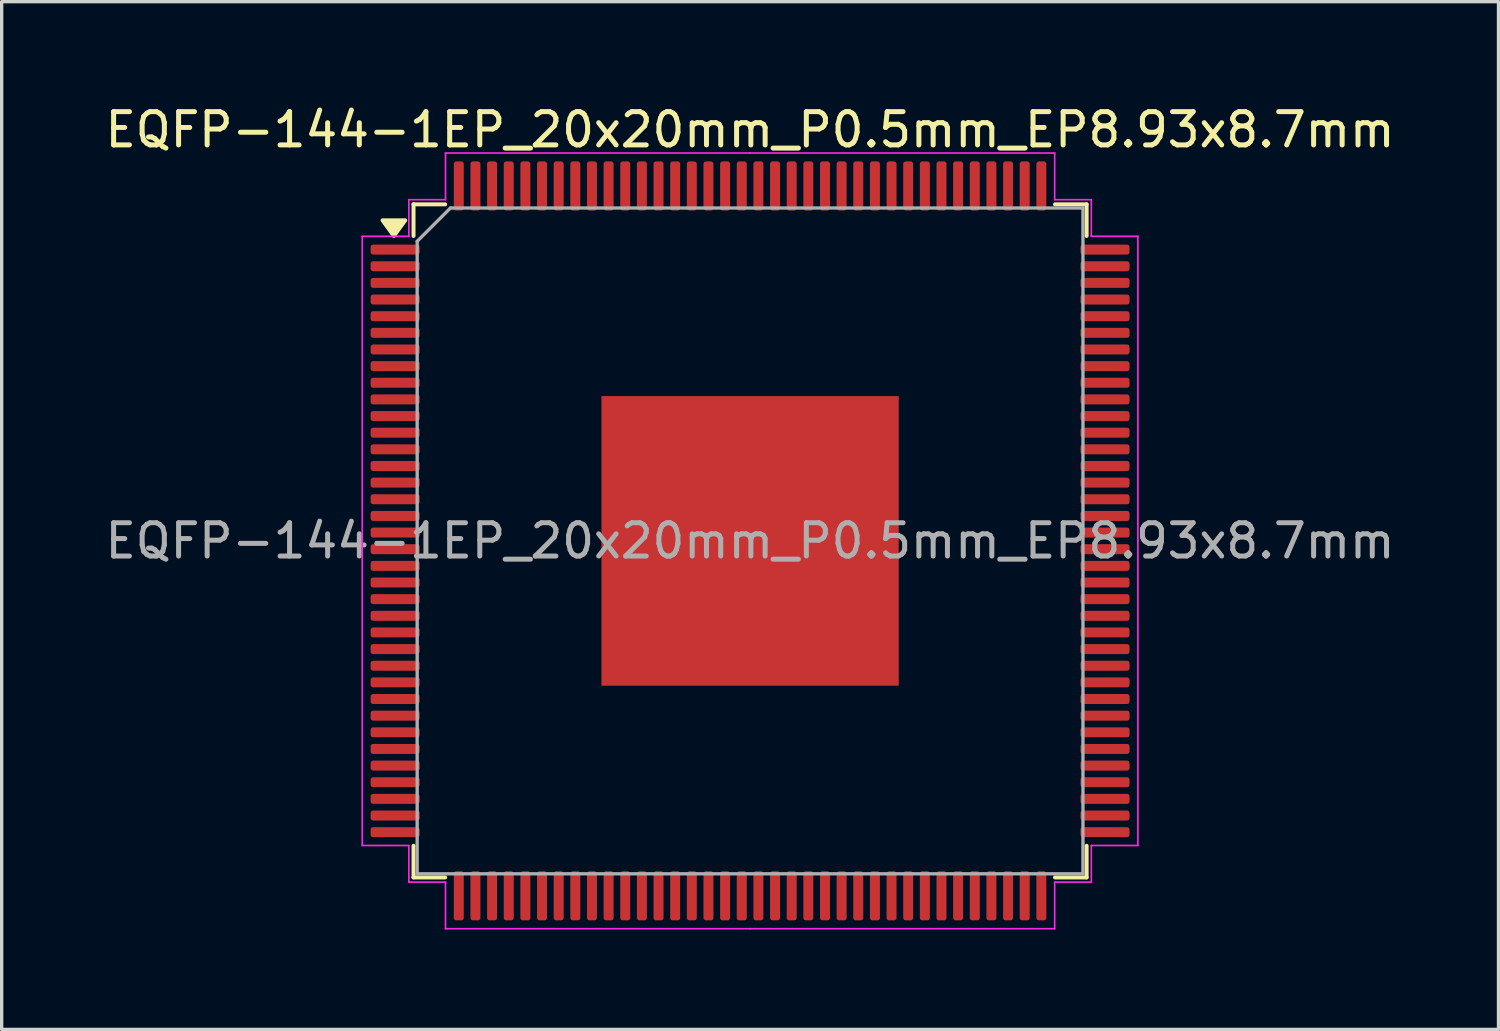
<source format=kicad_pcb>
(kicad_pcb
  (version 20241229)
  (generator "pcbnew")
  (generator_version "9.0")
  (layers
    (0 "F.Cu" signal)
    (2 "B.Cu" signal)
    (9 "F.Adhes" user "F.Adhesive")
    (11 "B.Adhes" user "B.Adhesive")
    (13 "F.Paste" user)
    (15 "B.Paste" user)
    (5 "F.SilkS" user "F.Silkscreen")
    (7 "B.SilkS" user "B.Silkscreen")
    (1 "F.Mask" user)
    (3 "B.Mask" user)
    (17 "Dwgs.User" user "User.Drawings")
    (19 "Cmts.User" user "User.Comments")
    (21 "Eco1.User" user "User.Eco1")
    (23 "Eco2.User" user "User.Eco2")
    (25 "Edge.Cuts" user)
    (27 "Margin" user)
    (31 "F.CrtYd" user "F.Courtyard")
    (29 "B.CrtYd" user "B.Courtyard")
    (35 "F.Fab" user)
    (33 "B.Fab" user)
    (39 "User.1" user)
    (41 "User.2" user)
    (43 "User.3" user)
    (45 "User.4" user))
  (footprint "EQFP-144-1EP_20x20mm_P0.5mm_EP8.93x8.7mm"
    (layer "F.Cu")
    (at 19.482 13.198)
    (property "Reference" "EQFP-144-1EP_20x20mm_P0.5mm_EP8.93x8.7mm" (at 0 -12.35 0) (layer "F.SilkS") (effects (font (size 1 1) (thickness 0.15))))
    (attr smd)
    (fp_line (start -10.11 -10.11) (end -10.11 -9.16) (stroke (width 0.12) (type solid)) (layer "F.SilkS"))
    (fp_line (start -10.11 10.11) (end -10.11 9.16) (stroke (width 0.12) (type solid)) (layer "F.SilkS"))
    (fp_line (start -9.16 -10.11) (end -10.11 -10.11) (stroke (width 0.12) (type solid)) (layer "F.SilkS"))
    (fp_line (start -9.16 10.11) (end -10.11 10.11) (stroke (width 0.12) (type solid)) (layer "F.SilkS"))
    (fp_line (start 9.16 -10.11) (end 10.11 -10.11) (stroke (width 0.12) (type solid)) (layer "F.SilkS"))
    (fp_line (start 9.16 10.11) (end 10.11 10.11) (stroke (width 0.12) (type solid)) (layer "F.SilkS"))
    (fp_line (start 10.11 -10.11) (end 10.11 -9.16) (stroke (width 0.12) (type solid)) (layer "F.SilkS"))
    (fp_line (start 10.11 10.11) (end 10.11 9.16) (stroke (width 0.12) (type solid)) (layer "F.SilkS"))
    (fp_poly (pts (xy -10.7 -9.16) (xy -11.04 -9.63) (xy -10.36 -9.63) (xy -10.7 -9.16)) (stroke (width 0.12) (type solid)) (fill yes) (layer "F.SilkS"))
    (fp_line (start -11.65 -9.15) (end -11.65 0) (stroke (width 0.05) (type solid)) (layer "F.CrtYd"))
    (fp_line (start -11.65 9.15) (end -11.65 0) (stroke (width 0.05) (type solid)) (layer "F.CrtYd"))
    (fp_line (start -10.25 -10.25) (end -10.25 -9.15) (stroke (width 0.05) (type solid)) (layer "F.CrtYd"))
    (fp_line (start -10.25 -9.15) (end -11.65 -9.15) (stroke (width 0.05) (type solid)) (layer "F.CrtYd"))
    (fp_line (start -10.25 9.15) (end -11.65 9.15) (stroke (width 0.05) (type solid)) (layer "F.CrtYd"))
    (fp_line (start -10.25 10.25) (end -10.25 9.15) (stroke (width 0.05) (type solid)) (layer "F.CrtYd"))
    (fp_line (start -9.15 -11.65) (end -9.15 -10.25) (stroke (width 0.05) (type solid)) (layer "F.CrtYd"))
    (fp_line (start -9.15 -10.25) (end -10.25 -10.25) (stroke (width 0.05) (type solid)) (layer "F.CrtYd"))
    (fp_line (start -9.15 10.25) (end -10.25 10.25) (stroke (width 0.05) (type solid)) (layer "F.CrtYd"))
    (fp_line (start -9.15 11.65) (end -9.15 10.25) (stroke (width 0.05) (type solid)) (layer "F.CrtYd"))
    (fp_line (start 0 -11.65) (end -9.15 -11.65) (stroke (width 0.05) (type solid)) (layer "F.CrtYd"))
    (fp_line (start 0 -11.65) (end 9.15 -11.65) (stroke (width 0.05) (type solid)) (layer "F.CrtYd"))
    (fp_line (start 0 11.65) (end -9.15 11.65) (stroke (width 0.05) (type solid)) (layer "F.CrtYd"))
    (fp_line (start 0 11.65) (end 9.15 11.65) (stroke (width 0.05) (type solid)) (layer "F.CrtYd"))
    (fp_line (start 9.15 -11.65) (end 9.15 -10.25) (stroke (width 0.05) (type solid)) (layer "F.CrtYd"))
    (fp_line (start 9.15 -10.25) (end 10.25 -10.25) (stroke (width 0.05) (type solid)) (layer "F.CrtYd"))
    (fp_line (start 9.15 10.25) (end 10.25 10.25) (stroke (width 0.05) (type solid)) (layer "F.CrtYd"))
    (fp_line (start 9.15 11.65) (end 9.15 10.25) (stroke (width 0.05) (type solid)) (layer "F.CrtYd"))
    (fp_line (start 10.25 -10.25) (end 10.25 -9.15) (stroke (width 0.05) (type solid)) (layer "F.CrtYd"))
    (fp_line (start 10.25 -9.15) (end 11.65 -9.15) (stroke (width 0.05) (type solid)) (layer "F.CrtYd"))
    (fp_line (start 10.25 9.15) (end 11.65 9.15) (stroke (width 0.05) (type solid)) (layer "F.CrtYd"))
    (fp_line (start 10.25 10.25) (end 10.25 9.15) (stroke (width 0.05) (type solid)) (layer "F.CrtYd"))
    (fp_line (start 11.65 -9.15) (end 11.65 0) (stroke (width 0.05) (type solid)) (layer "F.CrtYd"))
    (fp_line (start 11.65 9.15) (end 11.65 0) (stroke (width 0.05) (type solid)) (layer "F.CrtYd"))
    (fp_line (start -10 -9) (end -9 -10) (stroke (width 0.1) (type solid)) (layer "F.Fab"))
    (fp_line (start -10 10) (end -10 -9) (stroke (width 0.1) (type solid)) (layer "F.Fab"))
    (fp_line (start -9 -10) (end 10 -10) (stroke (width 0.1) (type solid)) (layer "F.Fab"))
    (fp_line (start 10 -10) (end 10 10) (stroke (width 0.1) (type solid)) (layer "F.Fab"))
    (fp_line (start 10 10) (end -10 10) (stroke (width 0.1) (type solid)) (layer "F.Fab"))
    (fp_text user "${REFERENCE}" (at 0 0 0) (layer "F.Fab") (effects (font (size 1 1) (thickness 0.15))))
    (pad "" smd roundrect (at -3.84 -3.72) (size 1.03 1) (layers "F.Paste") (roundrect_rratio 0.25))
    (pad "" smd roundrect (at -3.84 -2.48) (size 1.03 1) (layers "F.Paste") (roundrect_rratio 0.25))
    (pad "" smd roundrect (at -3.84 -1.24) (size 1.03 1) (layers "F.Paste") (roundrect_rratio 0.25))
    (pad "" smd roundrect (at -3.84 0) (size 1.03 1) (layers "F.Paste") (roundrect_rratio 0.25))
    (pad "" smd roundrect (at -3.84 1.24) (size 1.03 1) (layers "F.Paste") (roundrect_rratio 0.25))
    (pad "" smd roundrect (at -3.84 2.48) (size 1.03 1) (layers "F.Paste") (roundrect_rratio 0.25))
    (pad "" smd roundrect (at -3.84 3.72) (size 1.03 1) (layers "F.Paste") (roundrect_rratio 0.25))
    (pad "" smd roundrect (at -2.56 -3.72) (size 1.03 1) (layers "F.Paste") (roundrect_rratio 0.25))
    (pad "" smd roundrect (at -2.56 -2.48) (size 1.03 1) (layers "F.Paste") (roundrect_rratio 0.25))
    (pad "" smd roundrect (at -2.56 -1.24) (size 1.03 1) (layers "F.Paste") (roundrect_rratio 0.25))
    (pad "" smd roundrect (at -2.56 0) (size 1.03 1) (layers "F.Paste") (roundrect_rratio 0.25))
    (pad "" smd roundrect (at -2.56 1.24) (size 1.03 1) (layers "F.Paste") (roundrect_rratio 0.25))
    (pad "" smd roundrect (at -2.56 2.48) (size 1.03 1) (layers "F.Paste") (roundrect_rratio 0.25))
    (pad "" smd roundrect (at -2.56 3.72) (size 1.03 1) (layers "F.Paste") (roundrect_rratio 0.25))
    (pad "" smd roundrect (at -1.28 -3.72) (size 1.03 1) (layers "F.Paste") (roundrect_rratio 0.25))
    (pad "" smd roundrect (at -1.28 -2.48) (size 1.03 1) (layers "F.Paste") (roundrect_rratio 0.25))
    (pad "" smd roundrect (at -1.28 -1.24) (size 1.03 1) (layers "F.Paste") (roundrect_rratio 0.25))
    (pad "" smd roundrect (at -1.28 0) (size 1.03 1) (layers "F.Paste") (roundrect_rratio 0.25))
    (pad "" smd roundrect (at -1.28 1.24) (size 1.03 1) (layers "F.Paste") (roundrect_rratio 0.25))
    (pad "" smd roundrect (at -1.28 2.48) (size 1.03 1) (layers "F.Paste") (roundrect_rratio 0.25))
    (pad "" smd roundrect (at -1.28 3.72) (size 1.03 1) (layers "F.Paste") (roundrect_rratio 0.25))
    (pad "" smd roundrect (at 0 -3.72) (size 1.03 1) (layers "F.Paste") (roundrect_rratio 0.25))
    (pad "" smd roundrect (at 0 -2.48) (size 1.03 1) (layers "F.Paste") (roundrect_rratio 0.25))
    (pad "" smd roundrect (at 0 -1.24) (size 1.03 1) (layers "F.Paste") (roundrect_rratio 0.25))
    (pad "" smd roundrect (at 0 0) (size 1.03 1) (layers "F.Paste") (roundrect_rratio 0.25))
    (pad "" smd roundrect (at 0 1.24) (size 1.03 1) (layers "F.Paste") (roundrect_rratio 0.25))
    (pad "" smd roundrect (at 0 2.48) (size 1.03 1) (layers "F.Paste") (roundrect_rratio 0.25))
    (pad "" smd roundrect (at 0 3.72) (size 1.03 1) (layers "F.Paste") (roundrect_rratio 0.25))
    (pad "" smd roundrect (at 1.28 -3.72) (size 1.03 1) (layers "F.Paste") (roundrect_rratio 0.25))
    (pad "" smd roundrect (at 1.28 -2.48) (size 1.03 1) (layers "F.Paste") (roundrect_rratio 0.25))
    (pad "" smd roundrect (at 1.28 -1.24) (size 1.03 1) (layers "F.Paste") (roundrect_rratio 0.25))
    (pad "" smd roundrect (at 1.28 0) (size 1.03 1) (layers "F.Paste") (roundrect_rratio 0.25))
    (pad "" smd roundrect (at 1.28 1.24) (size 1.03 1) (layers "F.Paste") (roundrect_rratio 0.25))
    (pad "" smd roundrect (at 1.28 2.48) (size 1.03 1) (layers "F.Paste") (roundrect_rratio 0.25))
    (pad "" smd roundrect (at 1.28 3.72) (size 1.03 1) (layers "F.Paste") (roundrect_rratio 0.25))
    (pad "" smd roundrect (at 2.56 -3.72) (size 1.03 1) (layers "F.Paste") (roundrect_rratio 0.25))
    (pad "" smd roundrect (at 2.56 -2.48) (size 1.03 1) (layers "F.Paste") (roundrect_rratio 0.25))
    (pad "" smd roundrect (at 2.56 -1.24) (size 1.03 1) (layers "F.Paste") (roundrect_rratio 0.25))
    (pad "" smd roundrect (at 2.56 0) (size 1.03 1) (layers "F.Paste") (roundrect_rratio 0.25))
    (pad "" smd roundrect (at 2.56 1.24) (size 1.03 1) (layers "F.Paste") (roundrect_rratio 0.25))
    (pad "" smd roundrect (at 2.56 2.48) (size 1.03 1) (layers "F.Paste") (roundrect_rratio 0.25))
    (pad "" smd roundrect (at 2.56 3.72) (size 1.03 1) (layers "F.Paste") (roundrect_rratio 0.25))
    (pad "" smd roundrect (at 3.84 -3.72) (size 1.03 1) (layers "F.Paste") (roundrect_rratio 0.25))
    (pad "" smd roundrect (at 3.84 -2.48) (size 1.03 1) (layers "F.Paste") (roundrect_rratio 0.25))
    (pad "" smd roundrect (at 3.84 -1.24) (size 1.03 1) (layers "F.Paste") (roundrect_rratio 0.25))
    (pad "" smd roundrect (at 3.84 0) (size 1.03 1) (layers "F.Paste") (roundrect_rratio 0.25))
    (pad "" smd roundrect (at 3.84 1.24) (size 1.03 1) (layers "F.Paste") (roundrect_rratio 0.25))
    (pad "" smd roundrect (at 3.84 2.48) (size 1.03 1) (layers "F.Paste") (roundrect_rratio 0.25))
    (pad "" smd roundrect (at 3.84 3.72) (size 1.03 1) (layers "F.Paste") (roundrect_rratio 0.25))
    (pad "1" smd roundrect (at -10.662 -8.75) (size 1.475 0.3) (layers "F.Cu" "F.Mask" "F.Paste") (roundrect_rratio 0.25))
    (pad "2" smd roundrect (at -10.662 -8.25) (size 1.475 0.3) (layers "F.Cu" "F.Mask" "F.Paste") (roundrect_rratio 0.25))
    (pad "3" smd roundrect (at -10.662 -7.75) (size 1.475 0.3) (layers "F.Cu" "F.Mask" "F.Paste") (roundrect_rratio 0.25))
    (pad "4" smd roundrect (at -10.662 -7.25) (size 1.475 0.3) (layers "F.Cu" "F.Mask" "F.Paste") (roundrect_rratio 0.25))
    (pad "5" smd roundrect (at -10.662 -6.75) (size 1.475 0.3) (layers "F.Cu" "F.Mask" "F.Paste") (roundrect_rratio 0.25))
    (pad "6" smd roundrect (at -10.662 -6.25) (size 1.475 0.3) (layers "F.Cu" "F.Mask" "F.Paste") (roundrect_rratio 0.25))
    (pad "7" smd roundrect (at -10.662 -5.75) (size 1.475 0.3) (layers "F.Cu" "F.Mask" "F.Paste") (roundrect_rratio 0.25))
    (pad "8" smd roundrect (at -10.662 -5.25) (size 1.475 0.3) (layers "F.Cu" "F.Mask" "F.Paste") (roundrect_rratio 0.25))
    (pad "9" smd roundrect (at -10.662 -4.75) (size 1.475 0.3) (layers "F.Cu" "F.Mask" "F.Paste") (roundrect_rratio 0.25))
    (pad "10" smd roundrect (at -10.662 -4.25) (size 1.475 0.3) (layers "F.Cu" "F.Mask" "F.Paste") (roundrect_rratio 0.25))
    (pad "11" smd roundrect (at -10.662 -3.75) (size 1.475 0.3) (layers "F.Cu" "F.Mask" "F.Paste") (roundrect_rratio 0.25))
    (pad "12" smd roundrect (at -10.662 -3.25) (size 1.475 0.3) (layers "F.Cu" "F.Mask" "F.Paste") (roundrect_rratio 0.25))
    (pad "13" smd roundrect (at -10.662 -2.75) (size 1.475 0.3) (layers "F.Cu" "F.Mask" "F.Paste") (roundrect_rratio 0.25))
    (pad "14" smd roundrect (at -10.662 -2.25) (size 1.475 0.3) (layers "F.Cu" "F.Mask" "F.Paste") (roundrect_rratio 0.25))
    (pad "15" smd roundrect (at -10.662 -1.75) (size 1.475 0.3) (layers "F.Cu" "F.Mask" "F.Paste") (roundrect_rratio 0.25))
    (pad "16" smd roundrect (at -10.662 -1.25) (size 1.475 0.3) (layers "F.Cu" "F.Mask" "F.Paste") (roundrect_rratio 0.25))
    (pad "17" smd roundrect (at -10.662 -0.75) (size 1.475 0.3) (layers "F.Cu" "F.Mask" "F.Paste") (roundrect_rratio 0.25))
    (pad "18" smd roundrect (at -10.662 -0.25) (size 1.475 0.3) (layers "F.Cu" "F.Mask" "F.Paste") (roundrect_rratio 0.25))
    (pad "19" smd roundrect (at -10.662 0.25) (size 1.475 0.3) (layers "F.Cu" "F.Mask" "F.Paste") (roundrect_rratio 0.25))
    (pad "20" smd roundrect (at -10.662 0.75) (size 1.475 0.3) (layers "F.Cu" "F.Mask" "F.Paste") (roundrect_rratio 0.25))
    (pad "21" smd roundrect (at -10.662 1.25) (size 1.475 0.3) (layers "F.Cu" "F.Mask" "F.Paste") (roundrect_rratio 0.25))
    (pad "22" smd roundrect (at -10.662 1.75) (size 1.475 0.3) (layers "F.Cu" "F.Mask" "F.Paste") (roundrect_rratio 0.25))
    (pad "23" smd roundrect (at -10.662 2.25) (size 1.475 0.3) (layers "F.Cu" "F.Mask" "F.Paste") (roundrect_rratio 0.25))
    (pad "24" smd roundrect (at -10.662 2.75) (size 1.475 0.3) (layers "F.Cu" "F.Mask" "F.Paste") (roundrect_rratio 0.25))
    (pad "25" smd roundrect (at -10.662 3.25) (size 1.475 0.3) (layers "F.Cu" "F.Mask" "F.Paste") (roundrect_rratio 0.25))
    (pad "26" smd roundrect (at -10.662 3.75) (size 1.475 0.3) (layers "F.Cu" "F.Mask" "F.Paste") (roundrect_rratio 0.25))
    (pad "27" smd roundrect (at -10.662 4.25) (size 1.475 0.3) (layers "F.Cu" "F.Mask" "F.Paste") (roundrect_rratio 0.25))
    (pad "28" smd roundrect (at -10.662 4.75) (size 1.475 0.3) (layers "F.Cu" "F.Mask" "F.Paste") (roundrect_rratio 0.25))
    (pad "29" smd roundrect (at -10.662 5.25) (size 1.475 0.3) (layers "F.Cu" "F.Mask" "F.Paste") (roundrect_rratio 0.25))
    (pad "30" smd roundrect (at -10.662 5.75) (size 1.475 0.3) (layers "F.Cu" "F.Mask" "F.Paste") (roundrect_rratio 0.25))
    (pad "31" smd roundrect (at -10.662 6.25) (size 1.475 0.3) (layers "F.Cu" "F.Mask" "F.Paste") (roundrect_rratio 0.25))
    (pad "32" smd roundrect (at -10.662 6.75) (size 1.475 0.3) (layers "F.Cu" "F.Mask" "F.Paste") (roundrect_rratio 0.25))
    (pad "33" smd roundrect (at -10.662 7.25) (size 1.475 0.3) (layers "F.Cu" "F.Mask" "F.Paste") (roundrect_rratio 0.25))
    (pad "34" smd roundrect (at -10.662 7.75) (size 1.475 0.3) (layers "F.Cu" "F.Mask" "F.Paste") (roundrect_rratio 0.25))
    (pad "35" smd roundrect (at -10.662 8.25) (size 1.475 0.3) (layers "F.Cu" "F.Mask" "F.Paste") (roundrect_rratio 0.25))
    (pad "36" smd roundrect (at -10.662 8.75) (size 1.475 0.3) (layers "F.Cu" "F.Mask" "F.Paste") (roundrect_rratio 0.25))
    (pad "37" smd roundrect (at -8.75 10.662) (size 0.3 1.475) (layers "F.Cu" "F.Mask" "F.Paste") (roundrect_rratio 0.25))
    (pad "38" smd roundrect (at -8.25 10.662) (size 0.3 1.475) (layers "F.Cu" "F.Mask" "F.Paste") (roundrect_rratio 0.25))
    (pad "39" smd roundrect (at -7.75 10.662) (size 0.3 1.475) (layers "F.Cu" "F.Mask" "F.Paste") (roundrect_rratio 0.25))
    (pad "40" smd roundrect (at -7.25 10.662) (size 0.3 1.475) (layers "F.Cu" "F.Mask" "F.Paste") (roundrect_rratio 0.25))
    (pad "41" smd roundrect (at -6.75 10.662) (size 0.3 1.475) (layers "F.Cu" "F.Mask" "F.Paste") (roundrect_rratio 0.25))
    (pad "42" smd roundrect (at -6.25 10.662) (size 0.3 1.475) (layers "F.Cu" "F.Mask" "F.Paste") (roundrect_rratio 0.25))
    (pad "43" smd roundrect (at -5.75 10.662) (size 0.3 1.475) (layers "F.Cu" "F.Mask" "F.Paste") (roundrect_rratio 0.25))
    (pad "44" smd roundrect (at -5.25 10.662) (size 0.3 1.475) (layers "F.Cu" "F.Mask" "F.Paste") (roundrect_rratio 0.25))
    (pad "45" smd roundrect (at -4.75 10.662) (size 0.3 1.475) (layers "F.Cu" "F.Mask" "F.Paste") (roundrect_rratio 0.25))
    (pad "46" smd roundrect (at -4.25 10.662) (size 0.3 1.475) (layers "F.Cu" "F.Mask" "F.Paste") (roundrect_rratio 0.25))
    (pad "47" smd roundrect (at -3.75 10.662) (size 0.3 1.475) (layers "F.Cu" "F.Mask" "F.Paste") (roundrect_rratio 0.25))
    (pad "48" smd roundrect (at -3.25 10.662) (size 0.3 1.475) (layers "F.Cu" "F.Mask" "F.Paste") (roundrect_rratio 0.25))
    (pad "49" smd roundrect (at -2.75 10.662) (size 0.3 1.475) (layers "F.Cu" "F.Mask" "F.Paste") (roundrect_rratio 0.25))
    (pad "50" smd roundrect (at -2.25 10.662) (size 0.3 1.475) (layers "F.Cu" "F.Mask" "F.Paste") (roundrect_rratio 0.25))
    (pad "51" smd roundrect (at -1.75 10.662) (size 0.3 1.475) (layers "F.Cu" "F.Mask" "F.Paste") (roundrect_rratio 0.25))
    (pad "52" smd roundrect (at -1.25 10.662) (size 0.3 1.475) (layers "F.Cu" "F.Mask" "F.Paste") (roundrect_rratio 0.25))
    (pad "53" smd roundrect (at -0.75 10.662) (size 0.3 1.475) (layers "F.Cu" "F.Mask" "F.Paste") (roundrect_rratio 0.25))
    (pad "54" smd roundrect (at -0.25 10.662) (size 0.3 1.475) (layers "F.Cu" "F.Mask" "F.Paste") (roundrect_rratio 0.25))
    (pad "55" smd roundrect (at 0.25 10.662) (size 0.3 1.475) (layers "F.Cu" "F.Mask" "F.Paste") (roundrect_rratio 0.25))
    (pad "56" smd roundrect (at 0.75 10.662) (size 0.3 1.475) (layers "F.Cu" "F.Mask" "F.Paste") (roundrect_rratio 0.25))
    (pad "57" smd roundrect (at 1.25 10.662) (size 0.3 1.475) (layers "F.Cu" "F.Mask" "F.Paste") (roundrect_rratio 0.25))
    (pad "58" smd roundrect (at 1.75 10.662) (size 0.3 1.475) (layers "F.Cu" "F.Mask" "F.Paste") (roundrect_rratio 0.25))
    (pad "59" smd roundrect (at 2.25 10.662) (size 0.3 1.475) (layers "F.Cu" "F.Mask" "F.Paste") (roundrect_rratio 0.25))
    (pad "60" smd roundrect (at 2.75 10.662) (size 0.3 1.475) (layers "F.Cu" "F.Mask" "F.Paste") (roundrect_rratio 0.25))
    (pad "61" smd roundrect (at 3.25 10.662) (size 0.3 1.475) (layers "F.Cu" "F.Mask" "F.Paste") (roundrect_rratio 0.25))
    (pad "62" smd roundrect (at 3.75 10.662) (size 0.3 1.475) (layers "F.Cu" "F.Mask" "F.Paste") (roundrect_rratio 0.25))
    (pad "63" smd roundrect (at 4.25 10.662) (size 0.3 1.475) (layers "F.Cu" "F.Mask" "F.Paste") (roundrect_rratio 0.25))
    (pad "64" smd roundrect (at 4.75 10.662) (size 0.3 1.475) (layers "F.Cu" "F.Mask" "F.Paste") (roundrect_rratio 0.25))
    (pad "65" smd roundrect (at 5.25 10.662) (size 0.3 1.475) (layers "F.Cu" "F.Mask" "F.Paste") (roundrect_rratio 0.25))
    (pad "66" smd roundrect (at 5.75 10.662) (size 0.3 1.475) (layers "F.Cu" "F.Mask" "F.Paste") (roundrect_rratio 0.25))
    (pad "67" smd roundrect (at 6.25 10.662) (size 0.3 1.475) (layers "F.Cu" "F.Mask" "F.Paste") (roundrect_rratio 0.25))
    (pad "68" smd roundrect (at 6.75 10.662) (size 0.3 1.475) (layers "F.Cu" "F.Mask" "F.Paste") (roundrect_rratio 0.25))
    (pad "69" smd roundrect (at 7.25 10.662) (size 0.3 1.475) (layers "F.Cu" "F.Mask" "F.Paste") (roundrect_rratio 0.25))
    (pad "70" smd roundrect (at 7.75 10.662) (size 0.3 1.475) (layers "F.Cu" "F.Mask" "F.Paste") (roundrect_rratio 0.25))
    (pad "71" smd roundrect (at 8.25 10.662) (size 0.3 1.475) (layers "F.Cu" "F.Mask" "F.Paste") (roundrect_rratio 0.25))
    (pad "72" smd roundrect (at 8.75 10.662) (size 0.3 1.475) (layers "F.Cu" "F.Mask" "F.Paste") (roundrect_rratio 0.25))
    (pad "73" smd roundrect (at 10.662 8.75) (size 1.475 0.3) (layers "F.Cu" "F.Mask" "F.Paste") (roundrect_rratio 0.25))
    (pad "74" smd roundrect (at 10.662 8.25) (size 1.475 0.3) (layers "F.Cu" "F.Mask" "F.Paste") (roundrect_rratio 0.25))
    (pad "75" smd roundrect (at 10.662 7.75) (size 1.475 0.3) (layers "F.Cu" "F.Mask" "F.Paste") (roundrect_rratio 0.25))
    (pad "76" smd roundrect (at 10.662 7.25) (size 1.475 0.3) (layers "F.Cu" "F.Mask" "F.Paste") (roundrect_rratio 0.25))
    (pad "77" smd roundrect (at 10.662 6.75) (size 1.475 0.3) (layers "F.Cu" "F.Mask" "F.Paste") (roundrect_rratio 0.25))
    (pad "78" smd roundrect (at 10.662 6.25) (size 1.475 0.3) (layers "F.Cu" "F.Mask" "F.Paste") (roundrect_rratio 0.25))
    (pad "79" smd roundrect (at 10.662 5.75) (size 1.475 0.3) (layers "F.Cu" "F.Mask" "F.Paste") (roundrect_rratio 0.25))
    (pad "80" smd roundrect (at 10.662 5.25) (size 1.475 0.3) (layers "F.Cu" "F.Mask" "F.Paste") (roundrect_rratio 0.25))
    (pad "81" smd roundrect (at 10.662 4.75) (size 1.475 0.3) (layers "F.Cu" "F.Mask" "F.Paste") (roundrect_rratio 0.25))
    (pad "82" smd roundrect (at 10.662 4.25) (size 1.475 0.3) (layers "F.Cu" "F.Mask" "F.Paste") (roundrect_rratio 0.25))
    (pad "83" smd roundrect (at 10.662 3.75) (size 1.475 0.3) (layers "F.Cu" "F.Mask" "F.Paste") (roundrect_rratio 0.25))
    (pad "84" smd roundrect (at 10.662 3.25) (size 1.475 0.3) (layers "F.Cu" "F.Mask" "F.Paste") (roundrect_rratio 0.25))
    (pad "85" smd roundrect (at 10.662 2.75) (size 1.475 0.3) (layers "F.Cu" "F.Mask" "F.Paste") (roundrect_rratio 0.25))
    (pad "86" smd roundrect (at 10.662 2.25) (size 1.475 0.3) (layers "F.Cu" "F.Mask" "F.Paste") (roundrect_rratio 0.25))
    (pad "87" smd roundrect (at 10.662 1.75) (size 1.475 0.3) (layers "F.Cu" "F.Mask" "F.Paste") (roundrect_rratio 0.25))
    (pad "88" smd roundrect (at 10.662 1.25) (size 1.475 0.3) (layers "F.Cu" "F.Mask" "F.Paste") (roundrect_rratio 0.25))
    (pad "89" smd roundrect (at 10.662 0.75) (size 1.475 0.3) (layers "F.Cu" "F.Mask" "F.Paste") (roundrect_rratio 0.25))
    (pad "90" smd roundrect (at 10.662 0.25) (size 1.475 0.3) (layers "F.Cu" "F.Mask" "F.Paste") (roundrect_rratio 0.25))
    (pad "91" smd roundrect (at 10.662 -0.25) (size 1.475 0.3) (layers "F.Cu" "F.Mask" "F.Paste") (roundrect_rratio 0.25))
    (pad "92" smd roundrect (at 10.662 -0.75) (size 1.475 0.3) (layers "F.Cu" "F.Mask" "F.Paste") (roundrect_rratio 0.25))
    (pad "93" smd roundrect (at 10.662 -1.25) (size 1.475 0.3) (layers "F.Cu" "F.Mask" "F.Paste") (roundrect_rratio 0.25))
    (pad "94" smd roundrect (at 10.662 -1.75) (size 1.475 0.3) (layers "F.Cu" "F.Mask" "F.Paste") (roundrect_rratio 0.25))
    (pad "95" smd roundrect (at 10.662 -2.25) (size 1.475 0.3) (layers "F.Cu" "F.Mask" "F.Paste") (roundrect_rratio 0.25))
    (pad "96" smd roundrect (at 10.662 -2.75) (size 1.475 0.3) (layers "F.Cu" "F.Mask" "F.Paste") (roundrect_rratio 0.25))
    (pad "97" smd roundrect (at 10.662 -3.25) (size 1.475 0.3) (layers "F.Cu" "F.Mask" "F.Paste") (roundrect_rratio 0.25))
    (pad "98" smd roundrect (at 10.662 -3.75) (size 1.475 0.3) (layers "F.Cu" "F.Mask" "F.Paste") (roundrect_rratio 0.25))
    (pad "99" smd roundrect (at 10.662 -4.25) (size 1.475 0.3) (layers "F.Cu" "F.Mask" "F.Paste") (roundrect_rratio 0.25))
    (pad "100" smd roundrect (at 10.662 -4.75) (size 1.475 0.3) (layers "F.Cu" "F.Mask" "F.Paste") (roundrect_rratio 0.25))
    (pad "101" smd roundrect (at 10.662 -5.25) (size 1.475 0.3) (layers "F.Cu" "F.Mask" "F.Paste") (roundrect_rratio 0.25))
    (pad "102" smd roundrect (at 10.662 -5.75) (size 1.475 0.3) (layers "F.Cu" "F.Mask" "F.Paste") (roundrect_rratio 0.25))
    (pad "103" smd roundrect (at 10.662 -6.25) (size 1.475 0.3) (layers "F.Cu" "F.Mask" "F.Paste") (roundrect_rratio 0.25))
    (pad "104" smd roundrect (at 10.662 -6.75) (size 1.475 0.3) (layers "F.Cu" "F.Mask" "F.Paste") (roundrect_rratio 0.25))
    (pad "105" smd roundrect (at 10.662 -7.25) (size 1.475 0.3) (layers "F.Cu" "F.Mask" "F.Paste") (roundrect_rratio 0.25))
    (pad "106" smd roundrect (at 10.662 -7.75) (size 1.475 0.3) (layers "F.Cu" "F.Mask" "F.Paste") (roundrect_rratio 0.25))
    (pad "107" smd roundrect (at 10.662 -8.25) (size 1.475 0.3) (layers "F.Cu" "F.Mask" "F.Paste") (roundrect_rratio 0.25))
    (pad "108" smd roundrect (at 10.662 -8.75) (size 1.475 0.3) (layers "F.Cu" "F.Mask" "F.Paste") (roundrect_rratio 0.25))
    (pad "109" smd roundrect (at 8.75 -10.662) (size 0.3 1.475) (layers "F.Cu" "F.Mask" "F.Paste") (roundrect_rratio 0.25))
    (pad "110" smd roundrect (at 8.25 -10.662) (size 0.3 1.475) (layers "F.Cu" "F.Mask" "F.Paste") (roundrect_rratio 0.25))
    (pad "111" smd roundrect (at 7.75 -10.662) (size 0.3 1.475) (layers "F.Cu" "F.Mask" "F.Paste") (roundrect_rratio 0.25))
    (pad "112" smd roundrect (at 7.25 -10.662) (size 0.3 1.475) (layers "F.Cu" "F.Mask" "F.Paste") (roundrect_rratio 0.25))
    (pad "113" smd roundrect (at 6.75 -10.662) (size 0.3 1.475) (layers "F.Cu" "F.Mask" "F.Paste") (roundrect_rratio 0.25))
    (pad "114" smd roundrect (at 6.25 -10.662) (size 0.3 1.475) (layers "F.Cu" "F.Mask" "F.Paste") (roundrect_rratio 0.25))
    (pad "115" smd roundrect (at 5.75 -10.662) (size 0.3 1.475) (layers "F.Cu" "F.Mask" "F.Paste") (roundrect_rratio 0.25))
    (pad "116" smd roundrect (at 5.25 -10.662) (size 0.3 1.475) (layers "F.Cu" "F.Mask" "F.Paste") (roundrect_rratio 0.25))
    (pad "117" smd roundrect (at 4.75 -10.662) (size 0.3 1.475) (layers "F.Cu" "F.Mask" "F.Paste") (roundrect_rratio 0.25))
    (pad "118" smd roundrect (at 4.25 -10.662) (size 0.3 1.475) (layers "F.Cu" "F.Mask" "F.Paste") (roundrect_rratio 0.25))
    (pad "119" smd roundrect (at 3.75 -10.662) (size 0.3 1.475) (layers "F.Cu" "F.Mask" "F.Paste") (roundrect_rratio 0.25))
    (pad "120" smd roundrect (at 3.25 -10.662) (size 0.3 1.475) (layers "F.Cu" "F.Mask" "F.Paste") (roundrect_rratio 0.25))
    (pad "121" smd roundrect (at 2.75 -10.662) (size 0.3 1.475) (layers "F.Cu" "F.Mask" "F.Paste") (roundrect_rratio 0.25))
    (pad "122" smd roundrect (at 2.25 -10.662) (size 0.3 1.475) (layers "F.Cu" "F.Mask" "F.Paste") (roundrect_rratio 0.25))
    (pad "123" smd roundrect (at 1.75 -10.662) (size 0.3 1.475) (layers "F.Cu" "F.Mask" "F.Paste") (roundrect_rratio 0.25))
    (pad "124" smd roundrect (at 1.25 -10.662) (size 0.3 1.475) (layers "F.Cu" "F.Mask" "F.Paste") (roundrect_rratio 0.25))
    (pad "125" smd roundrect (at 0.75 -10.662) (size 0.3 1.475) (layers "F.Cu" "F.Mask" "F.Paste") (roundrect_rratio 0.25))
    (pad "126" smd roundrect (at 0.25 -10.662) (size 0.3 1.475) (layers "F.Cu" "F.Mask" "F.Paste") (roundrect_rratio 0.25))
    (pad "127" smd roundrect (at -0.25 -10.662) (size 0.3 1.475) (layers "F.Cu" "F.Mask" "F.Paste") (roundrect_rratio 0.25))
    (pad "128" smd roundrect (at -0.75 -10.662) (size 0.3 1.475) (layers "F.Cu" "F.Mask" "F.Paste") (roundrect_rratio 0.25))
    (pad "129" smd roundrect (at -1.25 -10.662) (size 0.3 1.475) (layers "F.Cu" "F.Mask" "F.Paste") (roundrect_rratio 0.25))
    (pad "130" smd roundrect (at -1.75 -10.662) (size 0.3 1.475) (layers "F.Cu" "F.Mask" "F.Paste") (roundrect_rratio 0.25))
    (pad "131" smd roundrect (at -2.25 -10.662) (size 0.3 1.475) (layers "F.Cu" "F.Mask" "F.Paste") (roundrect_rratio 0.25))
    (pad "132" smd roundrect (at -2.75 -10.662) (size 0.3 1.475) (layers "F.Cu" "F.Mask" "F.Paste") (roundrect_rratio 0.25))
    (pad "133" smd roundrect (at -3.25 -10.662) (size 0.3 1.475) (layers "F.Cu" "F.Mask" "F.Paste") (roundrect_rratio 0.25))
    (pad "134" smd roundrect (at -3.75 -10.662) (size 0.3 1.475) (layers "F.Cu" "F.Mask" "F.Paste") (roundrect_rratio 0.25))
    (pad "135" smd roundrect (at -4.25 -10.662) (size 0.3 1.475) (layers "F.Cu" "F.Mask" "F.Paste") (roundrect_rratio 0.25))
    (pad "136" smd roundrect (at -4.75 -10.662) (size 0.3 1.475) (layers "F.Cu" "F.Mask" "F.Paste") (roundrect_rratio 0.25))
    (pad "137" smd roundrect (at -5.25 -10.662) (size 0.3 1.475) (layers "F.Cu" "F.Mask" "F.Paste") (roundrect_rratio 0.25))
    (pad "138" smd roundrect (at -5.75 -10.662) (size 0.3 1.475) (layers "F.Cu" "F.Mask" "F.Paste") (roundrect_rratio 0.25))
    (pad "139" smd roundrect (at -6.25 -10.662) (size 0.3 1.475) (layers "F.Cu" "F.Mask" "F.Paste") (roundrect_rratio 0.25))
    (pad "140" smd roundrect (at -6.75 -10.662) (size 0.3 1.475) (layers "F.Cu" "F.Mask" "F.Paste") (roundrect_rratio 0.25))
    (pad "141" smd roundrect (at -7.25 -10.662) (size 0.3 1.475) (layers "F.Cu" "F.Mask" "F.Paste") (roundrect_rratio 0.25))
    (pad "142" smd roundrect (at -7.75 -10.662) (size 0.3 1.475) (layers "F.Cu" "F.Mask" "F.Paste") (roundrect_rratio 0.25))
    (pad "143" smd roundrect (at -8.25 -10.662) (size 0.3 1.475) (layers "F.Cu" "F.Mask" "F.Paste") (roundrect_rratio 0.25))
    (pad "144" smd roundrect (at -8.75 -10.662) (size 0.3 1.475) (layers "F.Cu" "F.Mask" "F.Paste") (roundrect_rratio 0.25))
    (pad "145" smd rect (at 0 0) (size 8.93 8.7) (property pad_prop_heatsink) (layers "F.Cu" "F.Mask")))
  (gr_rect
    (start -3 -3)
    (end 41.964 27.873)
    (stroke (width 0.1) (type default))
    (fill no)
    (layer "Edge.Cuts")))
</source>
